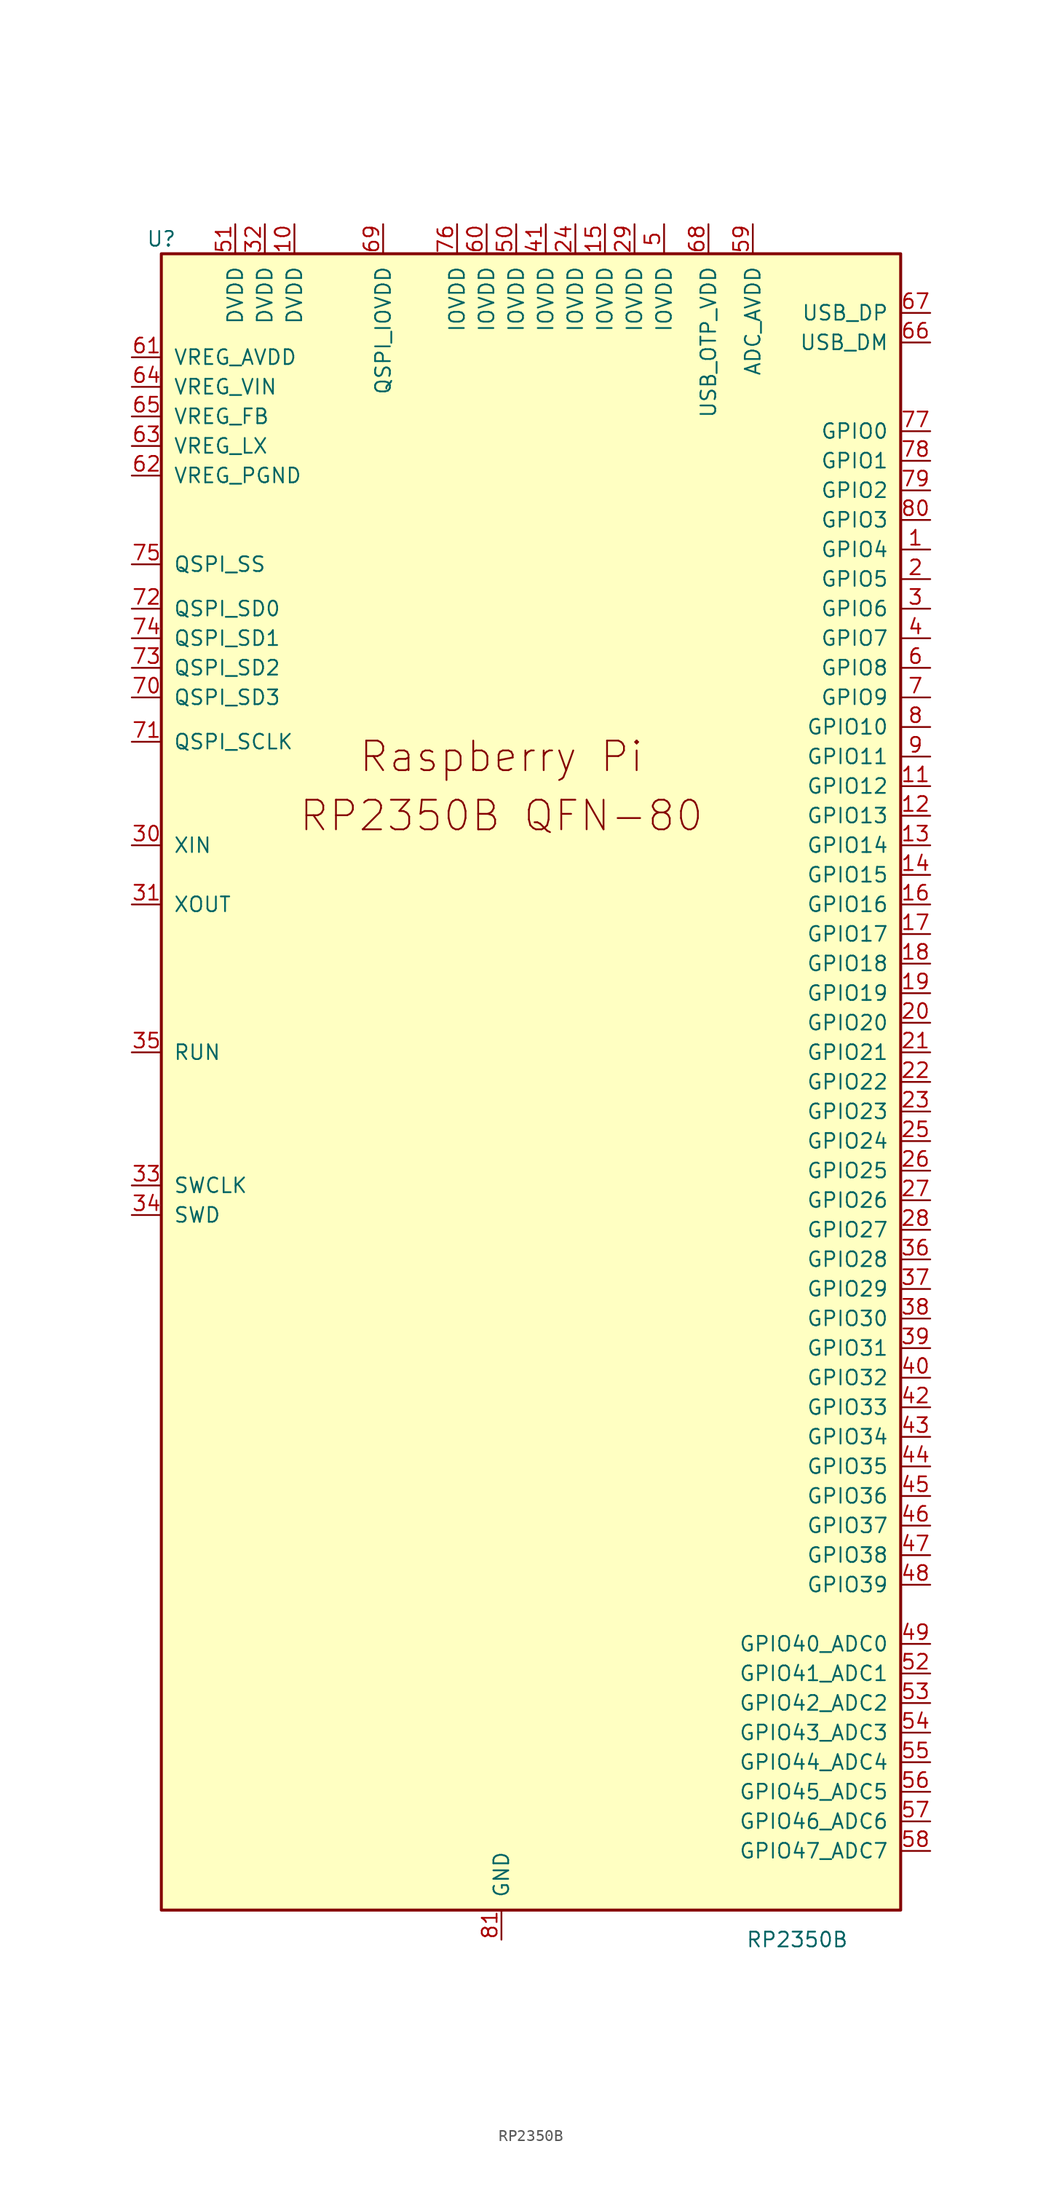
<source format=kicad_sym>
(kicad_symbol_lib
  (version 20241209)
  (generator "kicad_symbol_editor")
  (generator_version "9.0")
  (symbol "RP2350B"
    (pin_names
      (offset 1.016))
    (property "Reference" "U"
      (at -29.21 49.53 0)
      (effects (font (size 1.27 1.27))))
    (property "Value" "RP2350B"
      (at 25.4 -96.52 0)
      (effects (font (size 1.27 1.27))))
    (symbol "RP2350B_0_0"
      (text "Raspberry Pi" (at 0 5.08 0) (effects (font (size 2.54 2.54)))))
    (symbol "RP2350B_0_1"
      (rectangle (start -29.21 48.26) (end 34.29 -93.98) (stroke (width 0.254) (type default)) (fill (type background))))
    (symbol "RP2350B_1_0"
      (text "RP2350B QFN-80" (at 0 0 0) (effects (font (size 2.54 2.54)))))
    (symbol "RP2350B_1_1"
      (pin power_in line (at -31.75 39.37 0) (length 2.54) (name "VREG_AVDD" (effects (font (size 1.27 1.27)))) (number "61" (effects (font (size 1.27 1.27)))))
      (pin power_in line (at -31.75 36.83 0) (length 2.54) (name "VREG_VIN" (effects (font (size 1.27 1.27)))) (number "64" (effects (font (size 1.27 1.27)))))
      (pin input line (at -31.75 34.29 0) (length 2.54) (name "VREG_FB" (effects (font (size 1.27 1.27)))) (number "65" (effects (font (size 1.27 1.27)))))
      (pin power_out line (at -31.75 31.75 0) (length 2.54) (name "VREG_LX" (effects (font (size 1.27 1.27)))) (number "63" (effects (font (size 1.27 1.27)))))
      (pin power_in line (at -31.75 29.21 0) (length 2.54) (name "VREG_PGND" (effects (font (size 1.27 1.27)))) (number "62" (effects (font (size 1.27 1.27)))))
      (pin bidirectional line (at -31.75 21.59 0) (length 2.54) (name "QSPI_SS" (effects (font (size 1.27 1.27)))) (number "75" (effects (font (size 1.27 1.27)))))
      (pin bidirectional line (at -31.75 17.78 0) (length 2.54) (name "QSPI_SD0" (effects (font (size 1.27 1.27)))) (number "72" (effects (font (size 1.27 1.27)))))
      (pin bidirectional line (at -31.75 15.24 0) (length 2.54) (name "QSPI_SD1" (effects (font (size 1.27 1.27)))) (number "74" (effects (font (size 1.27 1.27)))))
      (pin bidirectional line (at -31.75 12.7 0) (length 2.54) (name "QSPI_SD2" (effects (font (size 1.27 1.27)))) (number "73" (effects (font (size 1.27 1.27)))))
      (pin bidirectional line (at -31.75 10.16 0) (length 2.54) (name "QSPI_SD3" (effects (font (size 1.27 1.27)))) (number "70" (effects (font (size 1.27 1.27)))))
      (pin output line (at -31.75 6.35 0) (length 2.54) (name "QSPI_SCLK" (effects (font (size 1.27 1.27)))) (number "71" (effects (font (size 1.27 1.27)))))
      (pin input line (at -31.75 -2.54 0) (length 2.54) (name "XIN" (effects (font (size 1.27 1.27)))) (number "30" (effects (font (size 1.27 1.27)))))
      (pin passive line (at -31.75 -7.62 0) (length 2.54) (name "XOUT" (effects (font (size 1.27 1.27)))) (number "31" (effects (font (size 1.27 1.27)))))
      (pin input line (at -31.75 -20.32 0) (length 2.54) (name "RUN" (effects (font (size 1.27 1.27)))) (number "35" (effects (font (size 1.27 1.27)))))
      (pin output line (at -31.75 -31.75 0) (length 2.54) (name "SWCLK" (effects (font (size 1.27 1.27)))) (number "33" (effects (font (size 1.27 1.27)))))
      (pin bidirectional line (at -31.75 -34.29 0) (length 2.54) (name "SWD" (effects (font (size 1.27 1.27)))) (number "34" (effects (font (size 1.27 1.27)))))
      (pin power_in line (at -22.86 50.8 270) (length 2.54) (name "DVDD" (effects (font (size 1.27 1.27)))) (number "51" (effects (font (size 1.27 1.27)))))
      (pin power_in line (at -20.32 50.8 270) (length 2.54) (name "DVDD" (effects (font (size 1.27 1.27)))) (number "32" (effects (font (size 1.27 1.27)))))
      (pin power_in line (at -17.78 50.8 270) (length 2.54) (name "DVDD" (effects (font (size 1.27 1.27)))) (number "10" (effects (font (size 1.27 1.27)))))
      (pin power_in line (at -10.16 50.8 270) (length 2.54) (name "QSPI_IOVDD" (effects (font (size 1.27 1.27)))) (number "69" (effects (font (size 1.27 1.27)))))
      (pin power_in line (at -3.81 50.8 270) (length 2.54) (name "IOVDD" (effects (font (size 1.27 1.27)))) (number "76" (effects (font (size 1.27 1.27)))))
      (pin power_in line (at -1.27 50.8 270) (length 2.54) (name "IOVDD" (effects (font (size 1.27 1.27)))) (number "60" (effects (font (size 1.27 1.27)))))
      (pin power_in line (at 0 -96.52 90) (length 2.54) (name "GND" (effects (font (size 1.27 1.27)))) (number "81" (effects (font (size 1.27 1.27)))))
      (pin power_in line (at 1.27 50.8 270) (length 2.54) (name "IOVDD" (effects (font (size 1.27 1.27)))) (number "50" (effects (font (size 1.27 1.27)))))
      (pin power_in line (at 3.81 50.8 270) (length 2.54) (name "IOVDD" (effects (font (size 1.27 1.27)))) (number "41" (effects (font (size 1.27 1.27)))))
      (pin power_in line (at 6.35 50.8 270) (length 2.54) (name "IOVDD" (effects (font (size 1.27 1.27)))) (number "24" (effects (font (size 1.27 1.27)))))
      (pin power_in line (at 8.89 50.8 270) (length 2.54) (name "IOVDD" (effects (font (size 1.27 1.27)))) (number "15" (effects (font (size 1.27 1.27)))))
      (pin power_in line (at 11.43 50.8 270) (length 2.54) (name "IOVDD" (effects (font (size 1.27 1.27)))) (number "29" (effects (font (size 1.27 1.27)))))
      (pin power_in line (at 13.97 50.8 270) (length 2.54) (name "IOVDD" (effects (font (size 1.27 1.27)))) (number "5" (effects (font (size 1.27 1.27)))))
      (pin power_in line (at 17.78 50.8 270) (length 2.54) (name "USB_OTP_VDD" (effects (font (size 1.27 1.27)))) (number "68" (effects (font (size 1.27 1.27)))))
      (pin power_in line (at 21.59 50.8 270) (length 2.54) (name "ADC_AVDD" (effects (font (size 1.27 1.27)))) (number "59" (effects (font (size 1.27 1.27)))))
      (pin bidirectional line (at 36.83 43.18 180) (length 2.54) (name "USB_DP" (effects (font (size 1.27 1.27)))) (number "67" (effects (font (size 1.27 1.27)))))
      (pin bidirectional line (at 36.83 40.64 180) (length 2.54) (name "USB_DM" (effects (font (size 1.27 1.27)))) (number "66" (effects (font (size 1.27 1.27)))))
      (pin bidirectional line (at 36.83 33.02 180) (length 2.54) (name "GPIO0" (effects (font (size 1.27 1.27)))) (number "77" (effects (font (size 1.27 1.27)))))
      (pin bidirectional line (at 36.83 30.48 180) (length 2.54) (name "GPIO1" (effects (font (size 1.27 1.27)))) (number "78" (effects (font (size 1.27 1.27)))))
      (pin bidirectional line (at 36.83 27.94 180) (length 2.54) (name "GPIO2" (effects (font (size 1.27 1.27)))) (number "79" (effects (font (size 1.27 1.27)))))
      (pin bidirectional line (at 36.83 25.4 180) (length 2.54) (name "GPIO3" (effects (font (size 1.27 1.27)))) (number "80" (effects (font (size 1.27 1.27)))))
      (pin bidirectional line (at 36.83 22.86 180) (length 2.54) (name "GPIO4" (effects (font (size 1.27 1.27)))) (number "1" (effects (font (size 1.27 1.27)))))
      (pin bidirectional line (at 36.83 20.32 180) (length 2.54) (name "GPIO5" (effects (font (size 1.27 1.27)))) (number "2" (effects (font (size 1.27 1.27)))))
      (pin bidirectional line (at 36.83 17.78 180) (length 2.54) (name "GPIO6" (effects (font (size 1.27 1.27)))) (number "3" (effects (font (size 1.27 1.27)))))
      (pin bidirectional line (at 36.83 15.24 180) (length 2.54) (name "GPIO7" (effects (font (size 1.27 1.27)))) (number "4" (effects (font (size 1.27 1.27)))))
      (pin bidirectional line (at 36.83 12.7 180) (length 2.54) (name "GPIO8" (effects (font (size 1.27 1.27)))) (number "6" (effects (font (size 1.27 1.27)))))
      (pin bidirectional line (at 36.83 10.16 180) (length 2.54) (name "GPIO9" (effects (font (size 1.27 1.27)))) (number "7" (effects (font (size 1.27 1.27)))))
      (pin bidirectional line (at 36.83 7.62 180) (length 2.54) (name "GPIO10" (effects (font (size 1.27 1.27)))) (number "8" (effects (font (size 1.27 1.27)))))
      (pin bidirectional line (at 36.83 5.08 180) (length 2.54) (name "GPIO11" (effects (font (size 1.27 1.27)))) (number "9" (effects (font (size 1.27 1.27)))))
      (pin bidirectional line (at 36.83 2.54 180) (length 2.54) (name "GPIO12" (effects (font (size 1.27 1.27)))) (number "11" (effects (font (size 1.27 1.27)))))
      (pin bidirectional line (at 36.83 0 180) (length 2.54) (name "GPIO13" (effects (font (size 1.27 1.27)))) (number "12" (effects (font (size 1.27 1.27)))))
      (pin bidirectional line (at 36.83 -2.54 180) (length 2.54) (name "GPIO14" (effects (font (size 1.27 1.27)))) (number "13" (effects (font (size 1.27 1.27)))))
      (pin bidirectional line (at 36.83 -5.08 180) (length 2.54) (name "GPIO15" (effects (font (size 1.27 1.27)))) (number "14" (effects (font (size 1.27 1.27)))))
      (pin bidirectional line (at 36.83 -7.62 180) (length 2.54) (name "GPIO16" (effects (font (size 1.27 1.27)))) (number "16" (effects (font (size 1.27 1.27)))))
      (pin bidirectional line (at 36.83 -10.16 180) (length 2.54) (name "GPIO17" (effects (font (size 1.27 1.27)))) (number "17" (effects (font (size 1.27 1.27)))))
      (pin bidirectional line (at 36.83 -12.7 180) (length 2.54) (name "GPIO18" (effects (font (size 1.27 1.27)))) (number "18" (effects (font (size 1.27 1.27)))))
      (pin bidirectional line (at 36.83 -15.24 180) (length 2.54) (name "GPIO19" (effects (font (size 1.27 1.27)))) (number "19" (effects (font (size 1.27 1.27)))))
      (pin bidirectional line (at 36.83 -17.78 180) (length 2.54) (name "GPIO20" (effects (font (size 1.27 1.27)))) (number "20" (effects (font (size 1.27 1.27)))))
      (pin bidirectional line (at 36.83 -20.32 180) (length 2.54) (name "GPIO21" (effects (font (size 1.27 1.27)))) (number "21" (effects (font (size 1.27 1.27)))))
      (pin bidirectional line (at 36.83 -22.86 180) (length 2.54) (name "GPIO22" (effects (font (size 1.27 1.27)))) (number "22" (effects (font (size 1.27 1.27)))))
      (pin bidirectional line (at 36.83 -25.4 180) (length 2.54) (name "GPIO23" (effects (font (size 1.27 1.27)))) (number "23" (effects (font (size 1.27 1.27)))))
      (pin bidirectional line (at 36.83 -27.94 180) (length 2.54) (name "GPIO24" (effects (font (size 1.27 1.27)))) (number "25" (effects (font (size 1.27 1.27)))))
      (pin bidirectional line (at 36.83 -30.48 180) (length 2.54) (name "GPIO25" (effects (font (size 1.27 1.27)))) (number "26" (effects (font (size 1.27 1.27)))))
      (pin bidirectional line (at 36.83 -33.02 180) (length 2.54) (name "GPIO26" (effects (font (size 1.27 1.27)))) (number "27" (effects (font (size 1.27 1.27)))))
      (pin bidirectional line (at 36.83 -35.56 180) (length 2.54) (name "GPIO27" (effects (font (size 1.27 1.27)))) (number "28" (effects (font (size 1.27 1.27)))))
      (pin bidirectional line (at 36.83 -38.1 180) (length 2.54) (name "GPIO28" (effects (font (size 1.27 1.27)))) (number "36" (effects (font (size 1.27 1.27)))))
      (pin bidirectional line (at 36.83 -40.64 180) (length 2.54) (name "GPIO29" (effects (font (size 1.27 1.27)))) (number "37" (effects (font (size 1.27 1.27)))))
      (pin bidirectional line (at 36.83 -43.18 180) (length 2.54) (name "GPIO30" (effects (font (size 1.27 1.27)))) (number "38" (effects (font (size 1.27 1.27)))))
      (pin bidirectional line (at 36.83 -45.72 180) (length 2.54) (name "GPIO31" (effects (font (size 1.27 1.27)))) (number "39" (effects (font (size 1.27 1.27)))))
      (pin bidirectional line (at 36.83 -48.26 180) (length 2.54) (name "GPIO32" (effects (font (size 1.27 1.27)))) (number "40" (effects (font (size 1.27 1.27)))))
      (pin bidirectional line (at 36.83 -50.8 180) (length 2.54) (name "GPIO33" (effects (font (size 1.27 1.27)))) (number "42" (effects (font (size 1.27 1.27)))))
      (pin bidirectional line (at 36.83 -53.34 180) (length 2.54) (name "GPIO34" (effects (font (size 1.27 1.27)))) (number "43" (effects (font (size 1.27 1.27)))))
      (pin bidirectional line (at 36.83 -55.88 180) (length 2.54) (name "GPIO35" (effects (font (size 1.27 1.27)))) (number "44" (effects (font (size 1.27 1.27)))))
      (pin bidirectional line (at 36.83 -58.42 180) (length 2.54) (name "GPIO36" (effects (font (size 1.27 1.27)))) (number "45" (effects (font (size 1.27 1.27)))))
      (pin bidirectional line (at 36.83 -60.96 180) (length 2.54) (name "GPIO37" (effects (font (size 1.27 1.27)))) (number "46" (effects (font (size 1.27 1.27)))))
      (pin bidirectional line (at 36.83 -63.5 180) (length 2.54) (name "GPIO38" (effects (font (size 1.27 1.27)))) (number "47" (effects (font (size 1.27 1.27)))))
      (pin bidirectional line (at 36.83 -66.04 180) (length 2.54) (name "GPIO39" (effects (font (size 1.27 1.27)))) (number "48" (effects (font (size 1.27 1.27)))))
      (pin bidirectional line (at 36.83 -71.12 180) (length 2.54) (name "GPIO40_ADC0" (effects (font (size 1.27 1.27)))) (number "49" (effects (font (size 1.27 1.27)))))
      (pin bidirectional line (at 36.83 -73.66 180) (length 2.54) (name "GPIO41_ADC1" (effects (font (size 1.27 1.27)))) (number "52" (effects (font (size 1.27 1.27)))))
      (pin bidirectional line (at 36.83 -76.2 180) (length 2.54) (name "GPIO42_ADC2" (effects (font (size 1.27 1.27)))) (number "53" (effects (font (size 1.27 1.27)))))
      (pin bidirectional line (at 36.83 -78.74 180) (length 2.54) (name "GPIO43_ADC3" (effects (font (size 1.27 1.27)))) (number "54" (effects (font (size 1.27 1.27)))))
      (pin bidirectional line (at 36.83 -81.28 180) (length 2.54) (name "GPIO44_ADC4" (effects (font (size 1.27 1.27)))) (number "55" (effects (font (size 1.27 1.27)))))
      (pin bidirectional line (at 36.83 -83.82 180) (length 2.54) (name "GPIO45_ADC5" (effects (font (size 1.27 1.27)))) (number "56" (effects (font (size 1.27 1.27)))))
      (pin bidirectional line (at 36.83 -86.36 180) (length 2.54) (name "GPIO46_ADC6" (effects (font (size 1.27 1.27)))) (number "57" (effects (font (size 1.27 1.27)))))
      (pin bidirectional line (at 36.83 -88.9 180) (length 2.54) (name "GPIO47_ADC7" (effects (font (size 1.27 1.27)))) (number "58" (effects (font (size 1.27 1.27))))))))
</source>
